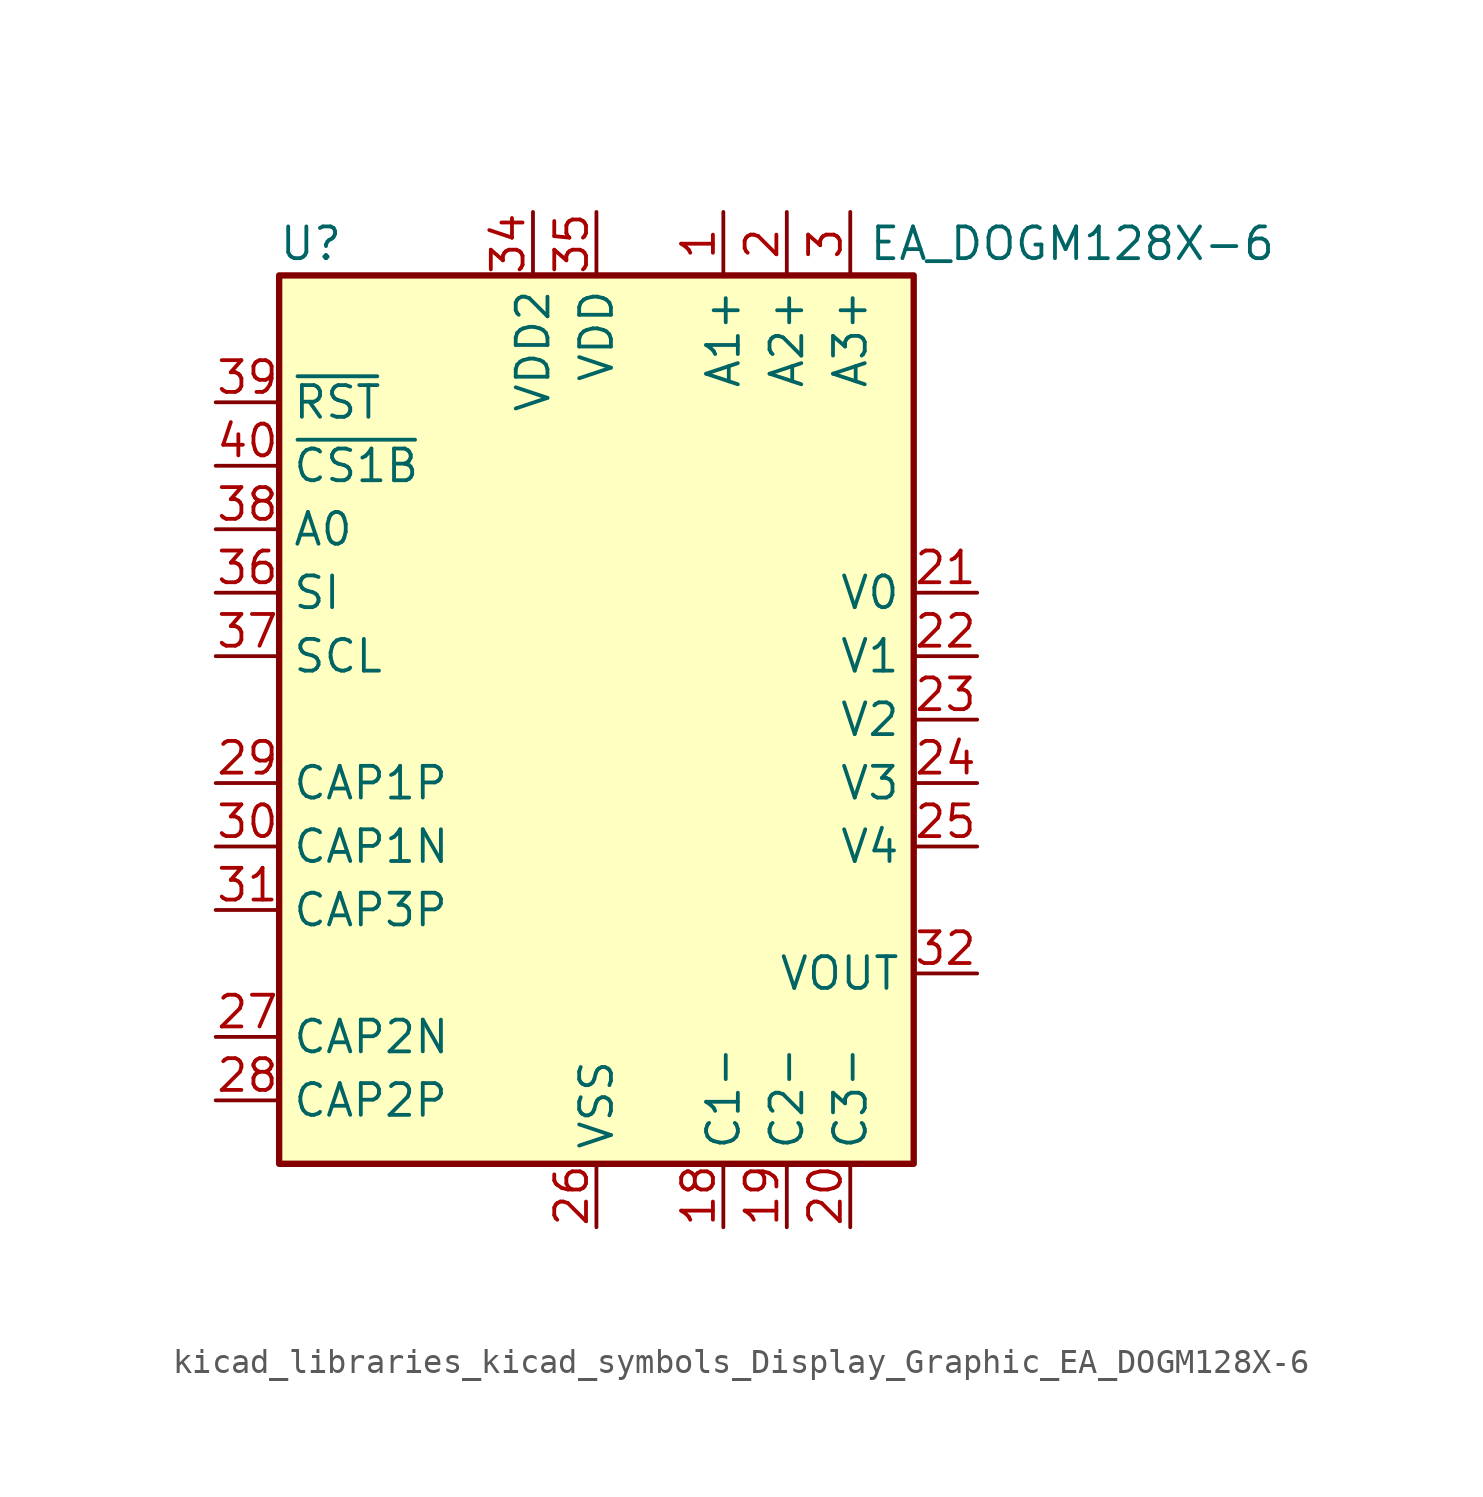
<source format=kicad_sym>
(kicad_symbol_lib
  (version 20220914)
  (generator kicad_symbol_editor)
  (symbol "kicad_libraries_kicad_symbols_Display_Graphic_EA_DOGM128X-6"
    (property "Reference" "U"
      (at -11.43 19.05 0)
      (effects (font (size 1.27 1.27))))
    (property "Value" "EA_DOGM128X-6"
      (at 19.05 19.05 0)
      (effects (font (size 1.27 1.27))))
    (symbol "kicad_libraries_kicad_symbols_Display_Graphic_EA_DOGM128X-6_1_1"
      (rectangle (start -12.7 17.78) (end 12.7 -17.78) (stroke (width 0.254) (type default)) (fill (type background)))
      (pin power_in line (at 5.08 20.32 270) (length 2.54) (name "A1+" (effects (font (size 1.27 1.27)))) (number "1" (effects (font (size 1.27 1.27)))))
      (pin power_in line (at 5.08 -20.32 90) (length 2.54) (name "C1-" (effects (font (size 1.27 1.27)))) (number "18" (effects (font (size 1.27 1.27)))))
      (pin power_in line (at 7.62 -20.32 90) (length 2.54) (name "C2-" (effects (font (size 1.27 1.27)))) (number "19" (effects (font (size 1.27 1.27)))))
      (pin power_in line (at 7.62 20.32 270) (length 2.54) (name "A2+" (effects (font (size 1.27 1.27)))) (number "2" (effects (font (size 1.27 1.27)))))
      (pin power_in line (at 10.16 -20.32 90) (length 2.54) (name "C3-" (effects (font (size 1.27 1.27)))) (number "20" (effects (font (size 1.27 1.27)))))
      (pin passive line (at 15.24 5.08 180) (length 2.54) (name "V0" (effects (font (size 1.27 1.27)))) (number "21" (effects (font (size 1.27 1.27)))))
      (pin passive line (at 15.24 2.54 180) (length 2.54) (name "V1" (effects (font (size 1.27 1.27)))) (number "22" (effects (font (size 1.27 1.27)))))
      (pin passive line (at 15.24 0 180) (length 2.54) (name "V2" (effects (font (size 1.27 1.27)))) (number "23" (effects (font (size 1.27 1.27)))))
      (pin passive line (at 15.24 -2.54 180) (length 2.54) (name "V3" (effects (font (size 1.27 1.27)))) (number "24" (effects (font (size 1.27 1.27)))))
      (pin passive line (at 15.24 -5.08 180) (length 2.54) (name "V4" (effects (font (size 1.27 1.27)))) (number "25" (effects (font (size 1.27 1.27)))))
      (pin power_in line (at 0 -20.32 90) (length 2.54) (name "VSS" (effects (font (size 1.27 1.27)))) (number "26" (effects (font (size 1.27 1.27)))))
      (pin passive line (at -15.24 -12.7 0) (length 2.54) (name "CAP2N" (effects (font (size 1.27 1.27)))) (number "27" (effects (font (size 1.27 1.27)))))
      (pin passive line (at -15.24 -15.24 0) (length 2.54) (name "CAP2P" (effects (font (size 1.27 1.27)))) (number "28" (effects (font (size 1.27 1.27)))))
      (pin passive line (at -15.24 -2.54 0) (length 2.54) (name "CAP1P" (effects (font (size 1.27 1.27)))) (number "29" (effects (font (size 1.27 1.27)))))
      (pin power_in line (at 10.16 20.32 270) (length 2.54) (name "A3+" (effects (font (size 1.27 1.27)))) (number "3" (effects (font (size 1.27 1.27)))))
      (pin passive line (at -15.24 -5.08 0) (length 2.54) (name "CAP1N" (effects (font (size 1.27 1.27)))) (number "30" (effects (font (size 1.27 1.27)))))
      (pin passive line (at -15.24 -7.62 0) (length 2.54) (name "CAP3P" (effects (font (size 1.27 1.27)))) (number "31" (effects (font (size 1.27 1.27)))))
      (pin output line (at 15.24 -10.16 180) (length 2.54) (name "VOUT" (effects (font (size 1.27 1.27)))) (number "32" (effects (font (size 1.27 1.27)))))
      (pin passive line (at 0 -20.32 90) (length 2.54) hide (name "VSS" (effects (font (size 1.27 1.27)))) (number "33" (effects (font (size 1.27 1.27)))))
      (pin power_in line (at -2.54 20.32 270) (length 2.54) (name "VDD2" (effects (font (size 1.27 1.27)))) (number "34" (effects (font (size 1.27 1.27)))))
      (pin power_in line (at 0 20.32 270) (length 2.54) (name "VDD" (effects (font (size 1.27 1.27)))) (number "35" (effects (font (size 1.27 1.27)))))
      (pin input line (at -15.24 5.08 0) (length 2.54) (name "SI" (effects (font (size 1.27 1.27)))) (number "36" (effects (font (size 1.27 1.27)))))
      (pin input line (at -15.24 2.54 0) (length 2.54) (name "SCL" (effects (font (size 1.27 1.27)))) (number "37" (effects (font (size 1.27 1.27)))))
      (pin input line (at -15.24 7.62 0) (length 2.54) (name "A0" (effects (font (size 1.27 1.27)))) (number "38" (effects (font (size 1.27 1.27)))))
      (pin input line (at -15.24 12.7 0) (length 2.54) (name "~{RST}" (effects (font (size 1.27 1.27)))) (number "39" (effects (font (size 1.27 1.27)))))
      (pin input line (at -15.24 10.16 0) (length 2.54) (name "~{CS1B}" (effects (font (size 1.27 1.27)))) (number "40" (effects (font (size 1.27 1.27))))))))
</source>
